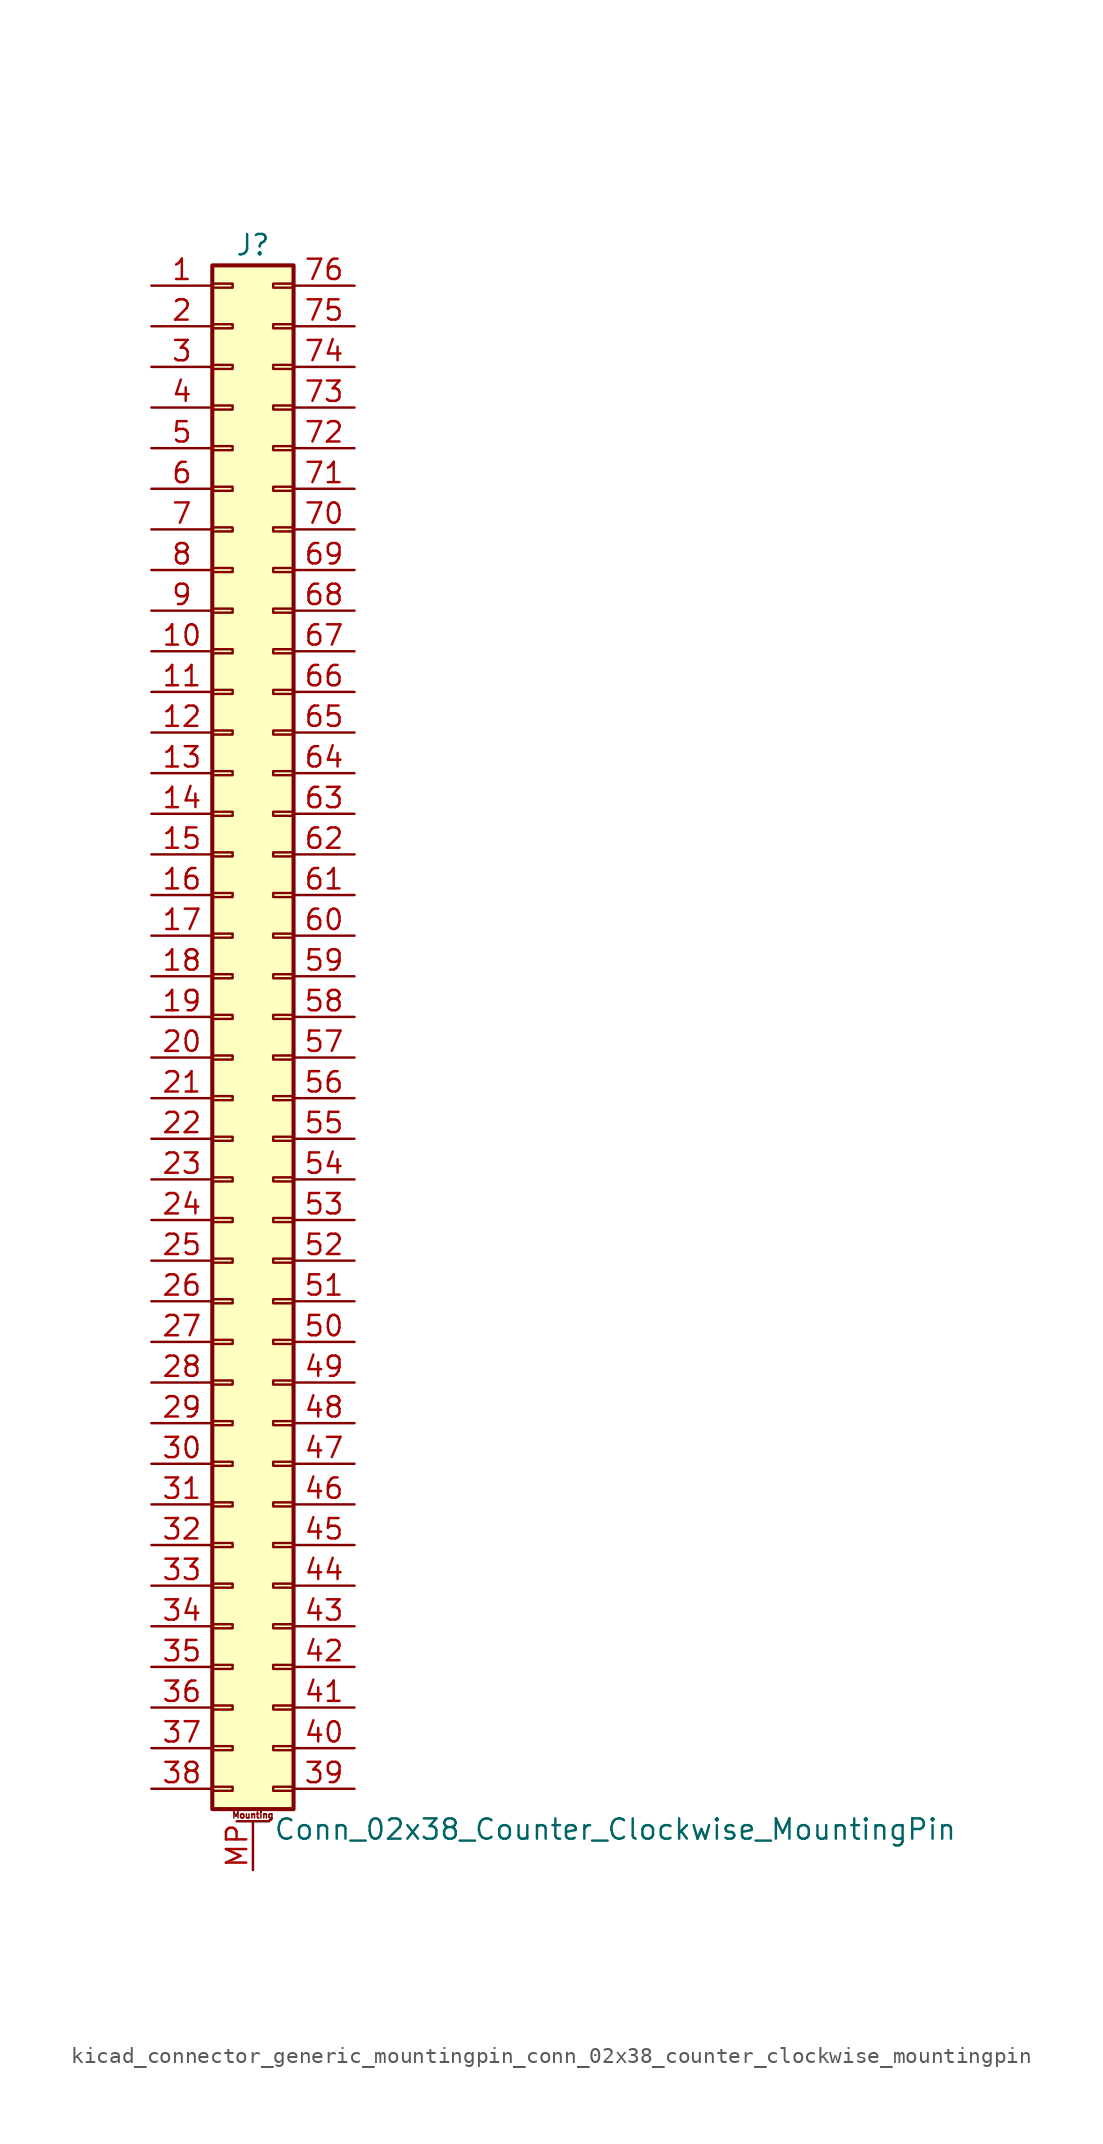
<source format=kicad_sym>
(kicad_symbol_lib
  (version 20220914)
  (generator kicad_symbol_editor)
  (symbol "kicad_connector_generic_mountingpin_conn_02x38_counter_clockwise_mountingpin"
    (pin_names
      (offset 1.016) hide)
    (property "Reference" "J"
      (at 1.27 48.26 0)
      (effects (font (size 1.27 1.27))))
    (property "Value" "Conn_02x38_Counter_Clockwise_MountingPin"
      (at 2.54 -50.8 0)
      (effects (font (size 1.27 1.27)) (justify left)))
    (symbol "kicad_connector_generic_mountingpin_conn_02x38_counter_clockwise_mountingpin_1_1"
      (rectangle (start -1.27 -48.133) (end 0 -48.387) (stroke (width 0.152) (type default)) (fill (type none)))
      (rectangle (start -1.27 -45.593) (end 0 -45.847) (stroke (width 0.152) (type default)) (fill (type none)))
      (rectangle (start -1.27 -43.053) (end 0 -43.307) (stroke (width 0.152) (type default)) (fill (type none)))
      (rectangle (start -1.27 -40.513) (end 0 -40.767) (stroke (width 0.152) (type default)) (fill (type none)))
      (rectangle (start -1.27 -37.973) (end 0 -38.227) (stroke (width 0.152) (type default)) (fill (type none)))
      (rectangle (start -1.27 -35.433) (end 0 -35.687) (stroke (width 0.152) (type default)) (fill (type none)))
      (rectangle (start -1.27 -32.893) (end 0 -33.147) (stroke (width 0.152) (type default)) (fill (type none)))
      (rectangle (start -1.27 -30.353) (end 0 -30.607) (stroke (width 0.152) (type default)) (fill (type none)))
      (rectangle (start -1.27 -27.813) (end 0 -28.067) (stroke (width 0.152) (type default)) (fill (type none)))
      (rectangle (start -1.27 -25.273) (end 0 -25.527) (stroke (width 0.152) (type default)) (fill (type none)))
      (rectangle (start -1.27 -22.733) (end 0 -22.987) (stroke (width 0.152) (type default)) (fill (type none)))
      (rectangle (start -1.27 -20.193) (end 0 -20.447) (stroke (width 0.152) (type default)) (fill (type none)))
      (rectangle (start -1.27 -17.653) (end 0 -17.907) (stroke (width 0.152) (type default)) (fill (type none)))
      (rectangle (start -1.27 -15.113) (end 0 -15.367) (stroke (width 0.152) (type default)) (fill (type none)))
      (rectangle (start -1.27 -12.573) (end 0 -12.827) (stroke (width 0.152) (type default)) (fill (type none)))
      (rectangle (start -1.27 -10.033) (end 0 -10.287) (stroke (width 0.152) (type default)) (fill (type none)))
      (rectangle (start -1.27 -7.493) (end 0 -7.747) (stroke (width 0.152) (type default)) (fill (type none)))
      (rectangle (start -1.27 -4.953) (end 0 -5.207) (stroke (width 0.152) (type default)) (fill (type none)))
      (rectangle (start -1.27 -2.413) (end 0 -2.667) (stroke (width 0.152) (type default)) (fill (type none)))
      (rectangle (start -1.27 0.127) (end 0 -0.127) (stroke (width 0.152) (type default)) (fill (type none)))
      (rectangle (start -1.27 2.667) (end 0 2.413) (stroke (width 0.152) (type default)) (fill (type none)))
      (rectangle (start -1.27 5.207) (end 0 4.953) (stroke (width 0.152) (type default)) (fill (type none)))
      (rectangle (start -1.27 7.747) (end 0 7.493) (stroke (width 0.152) (type default)) (fill (type none)))
      (rectangle (start -1.27 10.287) (end 0 10.033) (stroke (width 0.152) (type default)) (fill (type none)))
      (rectangle (start -1.27 12.827) (end 0 12.573) (stroke (width 0.152) (type default)) (fill (type none)))
      (rectangle (start -1.27 15.367) (end 0 15.113) (stroke (width 0.152) (type default)) (fill (type none)))
      (rectangle (start -1.27 17.907) (end 0 17.653) (stroke (width 0.152) (type default)) (fill (type none)))
      (rectangle (start -1.27 20.447) (end 0 20.193) (stroke (width 0.152) (type default)) (fill (type none)))
      (rectangle (start -1.27 22.987) (end 0 22.733) (stroke (width 0.152) (type default)) (fill (type none)))
      (rectangle (start -1.27 25.527) (end 0 25.273) (stroke (width 0.152) (type default)) (fill (type none)))
      (rectangle (start -1.27 28.067) (end 0 27.813) (stroke (width 0.152) (type default)) (fill (type none)))
      (rectangle (start -1.27 30.607) (end 0 30.353) (stroke (width 0.152) (type default)) (fill (type none)))
      (rectangle (start -1.27 33.147) (end 0 32.893) (stroke (width 0.152) (type default)) (fill (type none)))
      (rectangle (start -1.27 35.687) (end 0 35.433) (stroke (width 0.152) (type default)) (fill (type none)))
      (rectangle (start -1.27 38.227) (end 0 37.973) (stroke (width 0.152) (type default)) (fill (type none)))
      (rectangle (start -1.27 40.767) (end 0 40.513) (stroke (width 0.152) (type default)) (fill (type none)))
      (rectangle (start -1.27 43.307) (end 0 43.053) (stroke (width 0.152) (type default)) (fill (type none)))
      (rectangle (start -1.27 45.847) (end 0 45.593) (stroke (width 0.152) (type default)) (fill (type none)))
      (rectangle (start -1.27 46.99) (end 3.81 -49.53) (stroke (width 0.254) (type default)) (fill (type background)))
      (polyline (pts (xy 0.254 -50.292) (xy 2.286 -50.292)) (stroke (width 0.152) (type default)) (fill (type none)))
      (rectangle (start 3.81 -48.133) (end 2.54 -48.387) (stroke (width 0.152) (type default)) (fill (type none)))
      (rectangle (start 3.81 -45.593) (end 2.54 -45.847) (stroke (width 0.152) (type default)) (fill (type none)))
      (rectangle (start 3.81 -43.053) (end 2.54 -43.307) (stroke (width 0.152) (type default)) (fill (type none)))
      (rectangle (start 3.81 -40.513) (end 2.54 -40.767) (stroke (width 0.152) (type default)) (fill (type none)))
      (rectangle (start 3.81 -37.973) (end 2.54 -38.227) (stroke (width 0.152) (type default)) (fill (type none)))
      (rectangle (start 3.81 -35.433) (end 2.54 -35.687) (stroke (width 0.152) (type default)) (fill (type none)))
      (rectangle (start 3.81 -32.893) (end 2.54 -33.147) (stroke (width 0.152) (type default)) (fill (type none)))
      (rectangle (start 3.81 -30.353) (end 2.54 -30.607) (stroke (width 0.152) (type default)) (fill (type none)))
      (rectangle (start 3.81 -27.813) (end 2.54 -28.067) (stroke (width 0.152) (type default)) (fill (type none)))
      (rectangle (start 3.81 -25.273) (end 2.54 -25.527) (stroke (width 0.152) (type default)) (fill (type none)))
      (rectangle (start 3.81 -22.733) (end 2.54 -22.987) (stroke (width 0.152) (type default)) (fill (type none)))
      (rectangle (start 3.81 -20.193) (end 2.54 -20.447) (stroke (width 0.152) (type default)) (fill (type none)))
      (rectangle (start 3.81 -17.653) (end 2.54 -17.907) (stroke (width 0.152) (type default)) (fill (type none)))
      (rectangle (start 3.81 -15.113) (end 2.54 -15.367) (stroke (width 0.152) (type default)) (fill (type none)))
      (rectangle (start 3.81 -12.573) (end 2.54 -12.827) (stroke (width 0.152) (type default)) (fill (type none)))
      (rectangle (start 3.81 -10.033) (end 2.54 -10.287) (stroke (width 0.152) (type default)) (fill (type none)))
      (rectangle (start 3.81 -7.493) (end 2.54 -7.747) (stroke (width 0.152) (type default)) (fill (type none)))
      (rectangle (start 3.81 -4.953) (end 2.54 -5.207) (stroke (width 0.152) (type default)) (fill (type none)))
      (rectangle (start 3.81 -2.413) (end 2.54 -2.667) (stroke (width 0.152) (type default)) (fill (type none)))
      (rectangle (start 3.81 0.127) (end 2.54 -0.127) (stroke (width 0.152) (type default)) (fill (type none)))
      (rectangle (start 3.81 2.667) (end 2.54 2.413) (stroke (width 0.152) (type default)) (fill (type none)))
      (rectangle (start 3.81 5.207) (end 2.54 4.953) (stroke (width 0.152) (type default)) (fill (type none)))
      (rectangle (start 3.81 7.747) (end 2.54 7.493) (stroke (width 0.152) (type default)) (fill (type none)))
      (rectangle (start 3.81 10.287) (end 2.54 10.033) (stroke (width 0.152) (type default)) (fill (type none)))
      (rectangle (start 3.81 12.827) (end 2.54 12.573) (stroke (width 0.152) (type default)) (fill (type none)))
      (rectangle (start 3.81 15.367) (end 2.54 15.113) (stroke (width 0.152) (type default)) (fill (type none)))
      (rectangle (start 3.81 17.907) (end 2.54 17.653) (stroke (width 0.152) (type default)) (fill (type none)))
      (rectangle (start 3.81 20.447) (end 2.54 20.193) (stroke (width 0.152) (type default)) (fill (type none)))
      (rectangle (start 3.81 22.987) (end 2.54 22.733) (stroke (width 0.152) (type default)) (fill (type none)))
      (rectangle (start 3.81 25.527) (end 2.54 25.273) (stroke (width 0.152) (type default)) (fill (type none)))
      (rectangle (start 3.81 28.067) (end 2.54 27.813) (stroke (width 0.152) (type default)) (fill (type none)))
      (rectangle (start 3.81 30.607) (end 2.54 30.353) (stroke (width 0.152) (type default)) (fill (type none)))
      (rectangle (start 3.81 33.147) (end 2.54 32.893) (stroke (width 0.152) (type default)) (fill (type none)))
      (rectangle (start 3.81 35.687) (end 2.54 35.433) (stroke (width 0.152) (type default)) (fill (type none)))
      (rectangle (start 3.81 38.227) (end 2.54 37.973) (stroke (width 0.152) (type default)) (fill (type none)))
      (rectangle (start 3.81 40.767) (end 2.54 40.513) (stroke (width 0.152) (type default)) (fill (type none)))
      (rectangle (start 3.81 43.307) (end 2.54 43.053) (stroke (width 0.152) (type default)) (fill (type none)))
      (rectangle (start 3.81 45.847) (end 2.54 45.593) (stroke (width 0.152) (type default)) (fill (type none)))
      (text "Mounting" (at 1.27 -49.911 0) (effects (font (size 0.381 0.381))))
      (pin passive line (at -5.08 45.72 0) (length 3.81) (name "Pin_1" (effects (font (size 1.27 1.27)))) (number "1" (effects (font (size 1.27 1.27)))))
      (pin passive line (at -5.08 22.86 0) (length 3.81) (name "Pin_10" (effects (font (size 1.27 1.27)))) (number "10" (effects (font (size 1.27 1.27)))))
      (pin passive line (at -5.08 20.32 0) (length 3.81) (name "Pin_11" (effects (font (size 1.27 1.27)))) (number "11" (effects (font (size 1.27 1.27)))))
      (pin passive line (at -5.08 17.78 0) (length 3.81) (name "Pin_12" (effects (font (size 1.27 1.27)))) (number "12" (effects (font (size 1.27 1.27)))))
      (pin passive line (at -5.08 15.24 0) (length 3.81) (name "Pin_13" (effects (font (size 1.27 1.27)))) (number "13" (effects (font (size 1.27 1.27)))))
      (pin passive line (at -5.08 12.7 0) (length 3.81) (name "Pin_14" (effects (font (size 1.27 1.27)))) (number "14" (effects (font (size 1.27 1.27)))))
      (pin passive line (at -5.08 10.16 0) (length 3.81) (name "Pin_15" (effects (font (size 1.27 1.27)))) (number "15" (effects (font (size 1.27 1.27)))))
      (pin passive line (at -5.08 7.62 0) (length 3.81) (name "Pin_16" (effects (font (size 1.27 1.27)))) (number "16" (effects (font (size 1.27 1.27)))))
      (pin passive line (at -5.08 5.08 0) (length 3.81) (name "Pin_17" (effects (font (size 1.27 1.27)))) (number "17" (effects (font (size 1.27 1.27)))))
      (pin passive line (at -5.08 2.54 0) (length 3.81) (name "Pin_18" (effects (font (size 1.27 1.27)))) (number "18" (effects (font (size 1.27 1.27)))))
      (pin passive line (at -5.08 0 0) (length 3.81) (name "Pin_19" (effects (font (size 1.27 1.27)))) (number "19" (effects (font (size 1.27 1.27)))))
      (pin passive line (at -5.08 43.18 0) (length 3.81) (name "Pin_2" (effects (font (size 1.27 1.27)))) (number "2" (effects (font (size 1.27 1.27)))))
      (pin passive line (at -5.08 -2.54 0) (length 3.81) (name "Pin_20" (effects (font (size 1.27 1.27)))) (number "20" (effects (font (size 1.27 1.27)))))
      (pin passive line (at -5.08 -5.08 0) (length 3.81) (name "Pin_21" (effects (font (size 1.27 1.27)))) (number "21" (effects (font (size 1.27 1.27)))))
      (pin passive line (at -5.08 -7.62 0) (length 3.81) (name "Pin_22" (effects (font (size 1.27 1.27)))) (number "22" (effects (font (size 1.27 1.27)))))
      (pin passive line (at -5.08 -10.16 0) (length 3.81) (name "Pin_23" (effects (font (size 1.27 1.27)))) (number "23" (effects (font (size 1.27 1.27)))))
      (pin passive line (at -5.08 -12.7 0) (length 3.81) (name "Pin_24" (effects (font (size 1.27 1.27)))) (number "24" (effects (font (size 1.27 1.27)))))
      (pin passive line (at -5.08 -15.24 0) (length 3.81) (name "Pin_25" (effects (font (size 1.27 1.27)))) (number "25" (effects (font (size 1.27 1.27)))))
      (pin passive line (at -5.08 -17.78 0) (length 3.81) (name "Pin_26" (effects (font (size 1.27 1.27)))) (number "26" (effects (font (size 1.27 1.27)))))
      (pin passive line (at -5.08 -20.32 0) (length 3.81) (name "Pin_27" (effects (font (size 1.27 1.27)))) (number "27" (effects (font (size 1.27 1.27)))))
      (pin passive line (at -5.08 -22.86 0) (length 3.81) (name "Pin_28" (effects (font (size 1.27 1.27)))) (number "28" (effects (font (size 1.27 1.27)))))
      (pin passive line (at -5.08 -25.4 0) (length 3.81) (name "Pin_29" (effects (font (size 1.27 1.27)))) (number "29" (effects (font (size 1.27 1.27)))))
      (pin passive line (at -5.08 40.64 0) (length 3.81) (name "Pin_3" (effects (font (size 1.27 1.27)))) (number "3" (effects (font (size 1.27 1.27)))))
      (pin passive line (at -5.08 -27.94 0) (length 3.81) (name "Pin_30" (effects (font (size 1.27 1.27)))) (number "30" (effects (font (size 1.27 1.27)))))
      (pin passive line (at -5.08 -30.48 0) (length 3.81) (name "Pin_31" (effects (font (size 1.27 1.27)))) (number "31" (effects (font (size 1.27 1.27)))))
      (pin passive line (at -5.08 -33.02 0) (length 3.81) (name "Pin_32" (effects (font (size 1.27 1.27)))) (number "32" (effects (font (size 1.27 1.27)))))
      (pin passive line (at -5.08 -35.56 0) (length 3.81) (name "Pin_33" (effects (font (size 1.27 1.27)))) (number "33" (effects (font (size 1.27 1.27)))))
      (pin passive line (at -5.08 -38.1 0) (length 3.81) (name "Pin_34" (effects (font (size 1.27 1.27)))) (number "34" (effects (font (size 1.27 1.27)))))
      (pin passive line (at -5.08 -40.64 0) (length 3.81) (name "Pin_35" (effects (font (size 1.27 1.27)))) (number "35" (effects (font (size 1.27 1.27)))))
      (pin passive line (at -5.08 -43.18 0) (length 3.81) (name "Pin_36" (effects (font (size 1.27 1.27)))) (number "36" (effects (font (size 1.27 1.27)))))
      (pin passive line (at -5.08 -45.72 0) (length 3.81) (name "Pin_37" (effects (font (size 1.27 1.27)))) (number "37" (effects (font (size 1.27 1.27)))))
      (pin passive line (at -5.08 -48.26 0) (length 3.81) (name "Pin_38" (effects (font (size 1.27 1.27)))) (number "38" (effects (font (size 1.27 1.27)))))
      (pin passive line (at 7.62 -48.26 180) (length 3.81) (name "Pin_39" (effects (font (size 1.27 1.27)))) (number "39" (effects (font (size 1.27 1.27)))))
      (pin passive line (at -5.08 38.1 0) (length 3.81) (name "Pin_4" (effects (font (size 1.27 1.27)))) (number "4" (effects (font (size 1.27 1.27)))))
      (pin passive line (at 7.62 -45.72 180) (length 3.81) (name "Pin_40" (effects (font (size 1.27 1.27)))) (number "40" (effects (font (size 1.27 1.27)))))
      (pin passive line (at 7.62 -43.18 180) (length 3.81) (name "Pin_41" (effects (font (size 1.27 1.27)))) (number "41" (effects (font (size 1.27 1.27)))))
      (pin passive line (at 7.62 -40.64 180) (length 3.81) (name "Pin_42" (effects (font (size 1.27 1.27)))) (number "42" (effects (font (size 1.27 1.27)))))
      (pin passive line (at 7.62 -38.1 180) (length 3.81) (name "Pin_43" (effects (font (size 1.27 1.27)))) (number "43" (effects (font (size 1.27 1.27)))))
      (pin passive line (at 7.62 -35.56 180) (length 3.81) (name "Pin_44" (effects (font (size 1.27 1.27)))) (number "44" (effects (font (size 1.27 1.27)))))
      (pin passive line (at 7.62 -33.02 180) (length 3.81) (name "Pin_45" (effects (font (size 1.27 1.27)))) (number "45" (effects (font (size 1.27 1.27)))))
      (pin passive line (at 7.62 -30.48 180) (length 3.81) (name "Pin_46" (effects (font (size 1.27 1.27)))) (number "46" (effects (font (size 1.27 1.27)))))
      (pin passive line (at 7.62 -27.94 180) (length 3.81) (name "Pin_47" (effects (font (size 1.27 1.27)))) (number "47" (effects (font (size 1.27 1.27)))))
      (pin passive line (at 7.62 -25.4 180) (length 3.81) (name "Pin_48" (effects (font (size 1.27 1.27)))) (number "48" (effects (font (size 1.27 1.27)))))
      (pin passive line (at 7.62 -22.86 180) (length 3.81) (name "Pin_49" (effects (font (size 1.27 1.27)))) (number "49" (effects (font (size 1.27 1.27)))))
      (pin passive line (at -5.08 35.56 0) (length 3.81) (name "Pin_5" (effects (font (size 1.27 1.27)))) (number "5" (effects (font (size 1.27 1.27)))))
      (pin passive line (at 7.62 -20.32 180) (length 3.81) (name "Pin_50" (effects (font (size 1.27 1.27)))) (number "50" (effects (font (size 1.27 1.27)))))
      (pin passive line (at 7.62 -17.78 180) (length 3.81) (name "Pin_51" (effects (font (size 1.27 1.27)))) (number "51" (effects (font (size 1.27 1.27)))))
      (pin passive line (at 7.62 -15.24 180) (length 3.81) (name "Pin_52" (effects (font (size 1.27 1.27)))) (number "52" (effects (font (size 1.27 1.27)))))
      (pin passive line (at 7.62 -12.7 180) (length 3.81) (name "Pin_53" (effects (font (size 1.27 1.27)))) (number "53" (effects (font (size 1.27 1.27)))))
      (pin passive line (at 7.62 -10.16 180) (length 3.81) (name "Pin_54" (effects (font (size 1.27 1.27)))) (number "54" (effects (font (size 1.27 1.27)))))
      (pin passive line (at 7.62 -7.62 180) (length 3.81) (name "Pin_55" (effects (font (size 1.27 1.27)))) (number "55" (effects (font (size 1.27 1.27)))))
      (pin passive line (at 7.62 -5.08 180) (length 3.81) (name "Pin_56" (effects (font (size 1.27 1.27)))) (number "56" (effects (font (size 1.27 1.27)))))
      (pin passive line (at 7.62 -2.54 180) (length 3.81) (name "Pin_57" (effects (font (size 1.27 1.27)))) (number "57" (effects (font (size 1.27 1.27)))))
      (pin passive line (at 7.62 0 180) (length 3.81) (name "Pin_58" (effects (font (size 1.27 1.27)))) (number "58" (effects (font (size 1.27 1.27)))))
      (pin passive line (at 7.62 2.54 180) (length 3.81) (name "Pin_59" (effects (font (size 1.27 1.27)))) (number "59" (effects (font (size 1.27 1.27)))))
      (pin passive line (at -5.08 33.02 0) (length 3.81) (name "Pin_6" (effects (font (size 1.27 1.27)))) (number "6" (effects (font (size 1.27 1.27)))))
      (pin passive line (at 7.62 5.08 180) (length 3.81) (name "Pin_60" (effects (font (size 1.27 1.27)))) (number "60" (effects (font (size 1.27 1.27)))))
      (pin passive line (at 7.62 7.62 180) (length 3.81) (name "Pin_61" (effects (font (size 1.27 1.27)))) (number "61" (effects (font (size 1.27 1.27)))))
      (pin passive line (at 7.62 10.16 180) (length 3.81) (name "Pin_62" (effects (font (size 1.27 1.27)))) (number "62" (effects (font (size 1.27 1.27)))))
      (pin passive line (at 7.62 12.7 180) (length 3.81) (name "Pin_63" (effects (font (size 1.27 1.27)))) (number "63" (effects (font (size 1.27 1.27)))))
      (pin passive line (at 7.62 15.24 180) (length 3.81) (name "Pin_64" (effects (font (size 1.27 1.27)))) (number "64" (effects (font (size 1.27 1.27)))))
      (pin passive line (at 7.62 17.78 180) (length 3.81) (name "Pin_65" (effects (font (size 1.27 1.27)))) (number "65" (effects (font (size 1.27 1.27)))))
      (pin passive line (at 7.62 20.32 180) (length 3.81) (name "Pin_66" (effects (font (size 1.27 1.27)))) (number "66" (effects (font (size 1.27 1.27)))))
      (pin passive line (at 7.62 22.86 180) (length 3.81) (name "Pin_67" (effects (font (size 1.27 1.27)))) (number "67" (effects (font (size 1.27 1.27)))))
      (pin passive line (at 7.62 25.4 180) (length 3.81) (name "Pin_68" (effects (font (size 1.27 1.27)))) (number "68" (effects (font (size 1.27 1.27)))))
      (pin passive line (at 7.62 27.94 180) (length 3.81) (name "Pin_69" (effects (font (size 1.27 1.27)))) (number "69" (effects (font (size 1.27 1.27)))))
      (pin passive line (at -5.08 30.48 0) (length 3.81) (name "Pin_7" (effects (font (size 1.27 1.27)))) (number "7" (effects (font (size 1.27 1.27)))))
      (pin passive line (at 7.62 30.48 180) (length 3.81) (name "Pin_70" (effects (font (size 1.27 1.27)))) (number "70" (effects (font (size 1.27 1.27)))))
      (pin passive line (at 7.62 33.02 180) (length 3.81) (name "Pin_71" (effects (font (size 1.27 1.27)))) (number "71" (effects (font (size 1.27 1.27)))))
      (pin passive line (at 7.62 35.56 180) (length 3.81) (name "Pin_72" (effects (font (size 1.27 1.27)))) (number "72" (effects (font (size 1.27 1.27)))))
      (pin passive line (at 7.62 38.1 180) (length 3.81) (name "Pin_73" (effects (font (size 1.27 1.27)))) (number "73" (effects (font (size 1.27 1.27)))))
      (pin passive line (at 7.62 40.64 180) (length 3.81) (name "Pin_74" (effects (font (size 1.27 1.27)))) (number "74" (effects (font (size 1.27 1.27)))))
      (pin passive line (at 7.62 43.18 180) (length 3.81) (name "Pin_75" (effects (font (size 1.27 1.27)))) (number "75" (effects (font (size 1.27 1.27)))))
      (pin passive line (at 7.62 45.72 180) (length 3.81) (name "Pin_76" (effects (font (size 1.27 1.27)))) (number "76" (effects (font (size 1.27 1.27)))))
      (pin passive line (at -5.08 27.94 0) (length 3.81) (name "Pin_8" (effects (font (size 1.27 1.27)))) (number "8" (effects (font (size 1.27 1.27)))))
      (pin passive line (at -5.08 25.4 0) (length 3.81) (name "Pin_9" (effects (font (size 1.27 1.27)))) (number "9" (effects (font (size 1.27 1.27)))))
      (pin passive line (at 1.27 -53.34 90) (length 3.048) (name "MountPin" (effects (font (size 1.27 1.27)))) (number "MP" (effects (font (size 1.27 1.27))))))))
</source>
